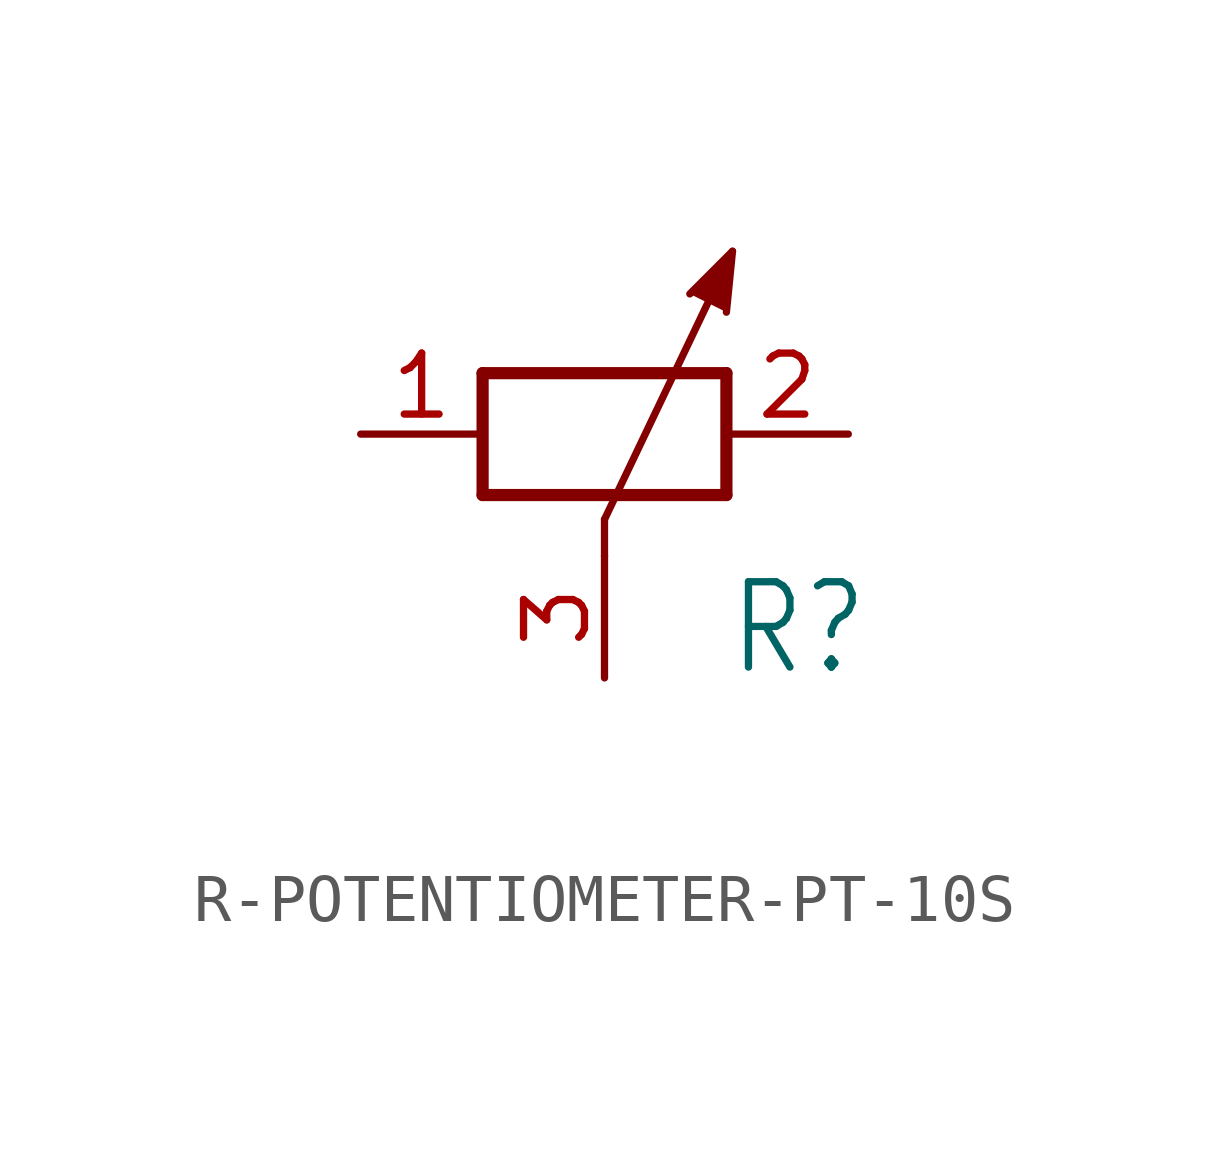
<source format=kicad_sym>
(kicad_symbol_lib
  (version 20220914)
  (generator kicad_symbol_editor)
  (symbol "R-POTENTIOMETER-PT-10S"
    (property "Reference" "R"
      (at 2.54 -5.08 0)
      (effects (font (size 1.778 1.511)) (justify left bottom)))
    (property "Value" ""
      (at 2.54 -7.62 0)
      (effects (font (size 1.778 1.511)) (justify left bottom)))
    (property "ki_locked" ""
      (at 0 0 0)
      (effects (font (size 1.27 1.27))))
    (symbol "R-POTENTIOMETER-PT-10S_1_0"
      (polyline (pts (xy -2.54 -1.27) (xy 2.54 -1.27)) (stroke (width 0.254) (type solid)) (fill (type none)))
      (polyline (pts (xy -2.54 1.27) (xy -2.54 -1.27)) (stroke (width 0.254) (type solid)) (fill (type none)))
      (polyline (pts (xy 0 -1.778) (xy 0 -2.54)) (stroke (width 0.152) (type solid)) (fill (type none)))
      (polyline (pts (xy 0 -1.778) (xy 2.667 3.81)) (stroke (width 0.152) (type solid)) (fill (type none)))
      (polyline (pts (xy 2.54 -1.27) (xy 2.54 1.27)) (stroke (width 0.254) (type solid)) (fill (type none)))
      (polyline (pts (xy 2.54 1.27) (xy -2.54 1.27)) (stroke (width 0.254) (type solid)) (fill (type none)))
      (polyline (pts (xy 2.54 2.54) (xy 2.667 3.81) (xy 1.778 2.921)) (stroke (width 0.152) (type solid)) (fill (type outline)))
      (pin passive line (at -5.08 0 0) (length 2.54) (name "1" (effects (font (size 0 0)))) (number "1" (effects (font (size 1.27 1.27)))))
      (pin passive line (at 5.08 0 180) (length 2.54) (name "2" (effects (font (size 0 0)))) (number "2" (effects (font (size 1.27 1.27)))))
      (pin passive line (at 0 -5.08 90) (length 2.54) (name "3" (effects (font (size 0 0)))) (number "3" (effects (font (size 1.27 1.27))))))))
</source>
